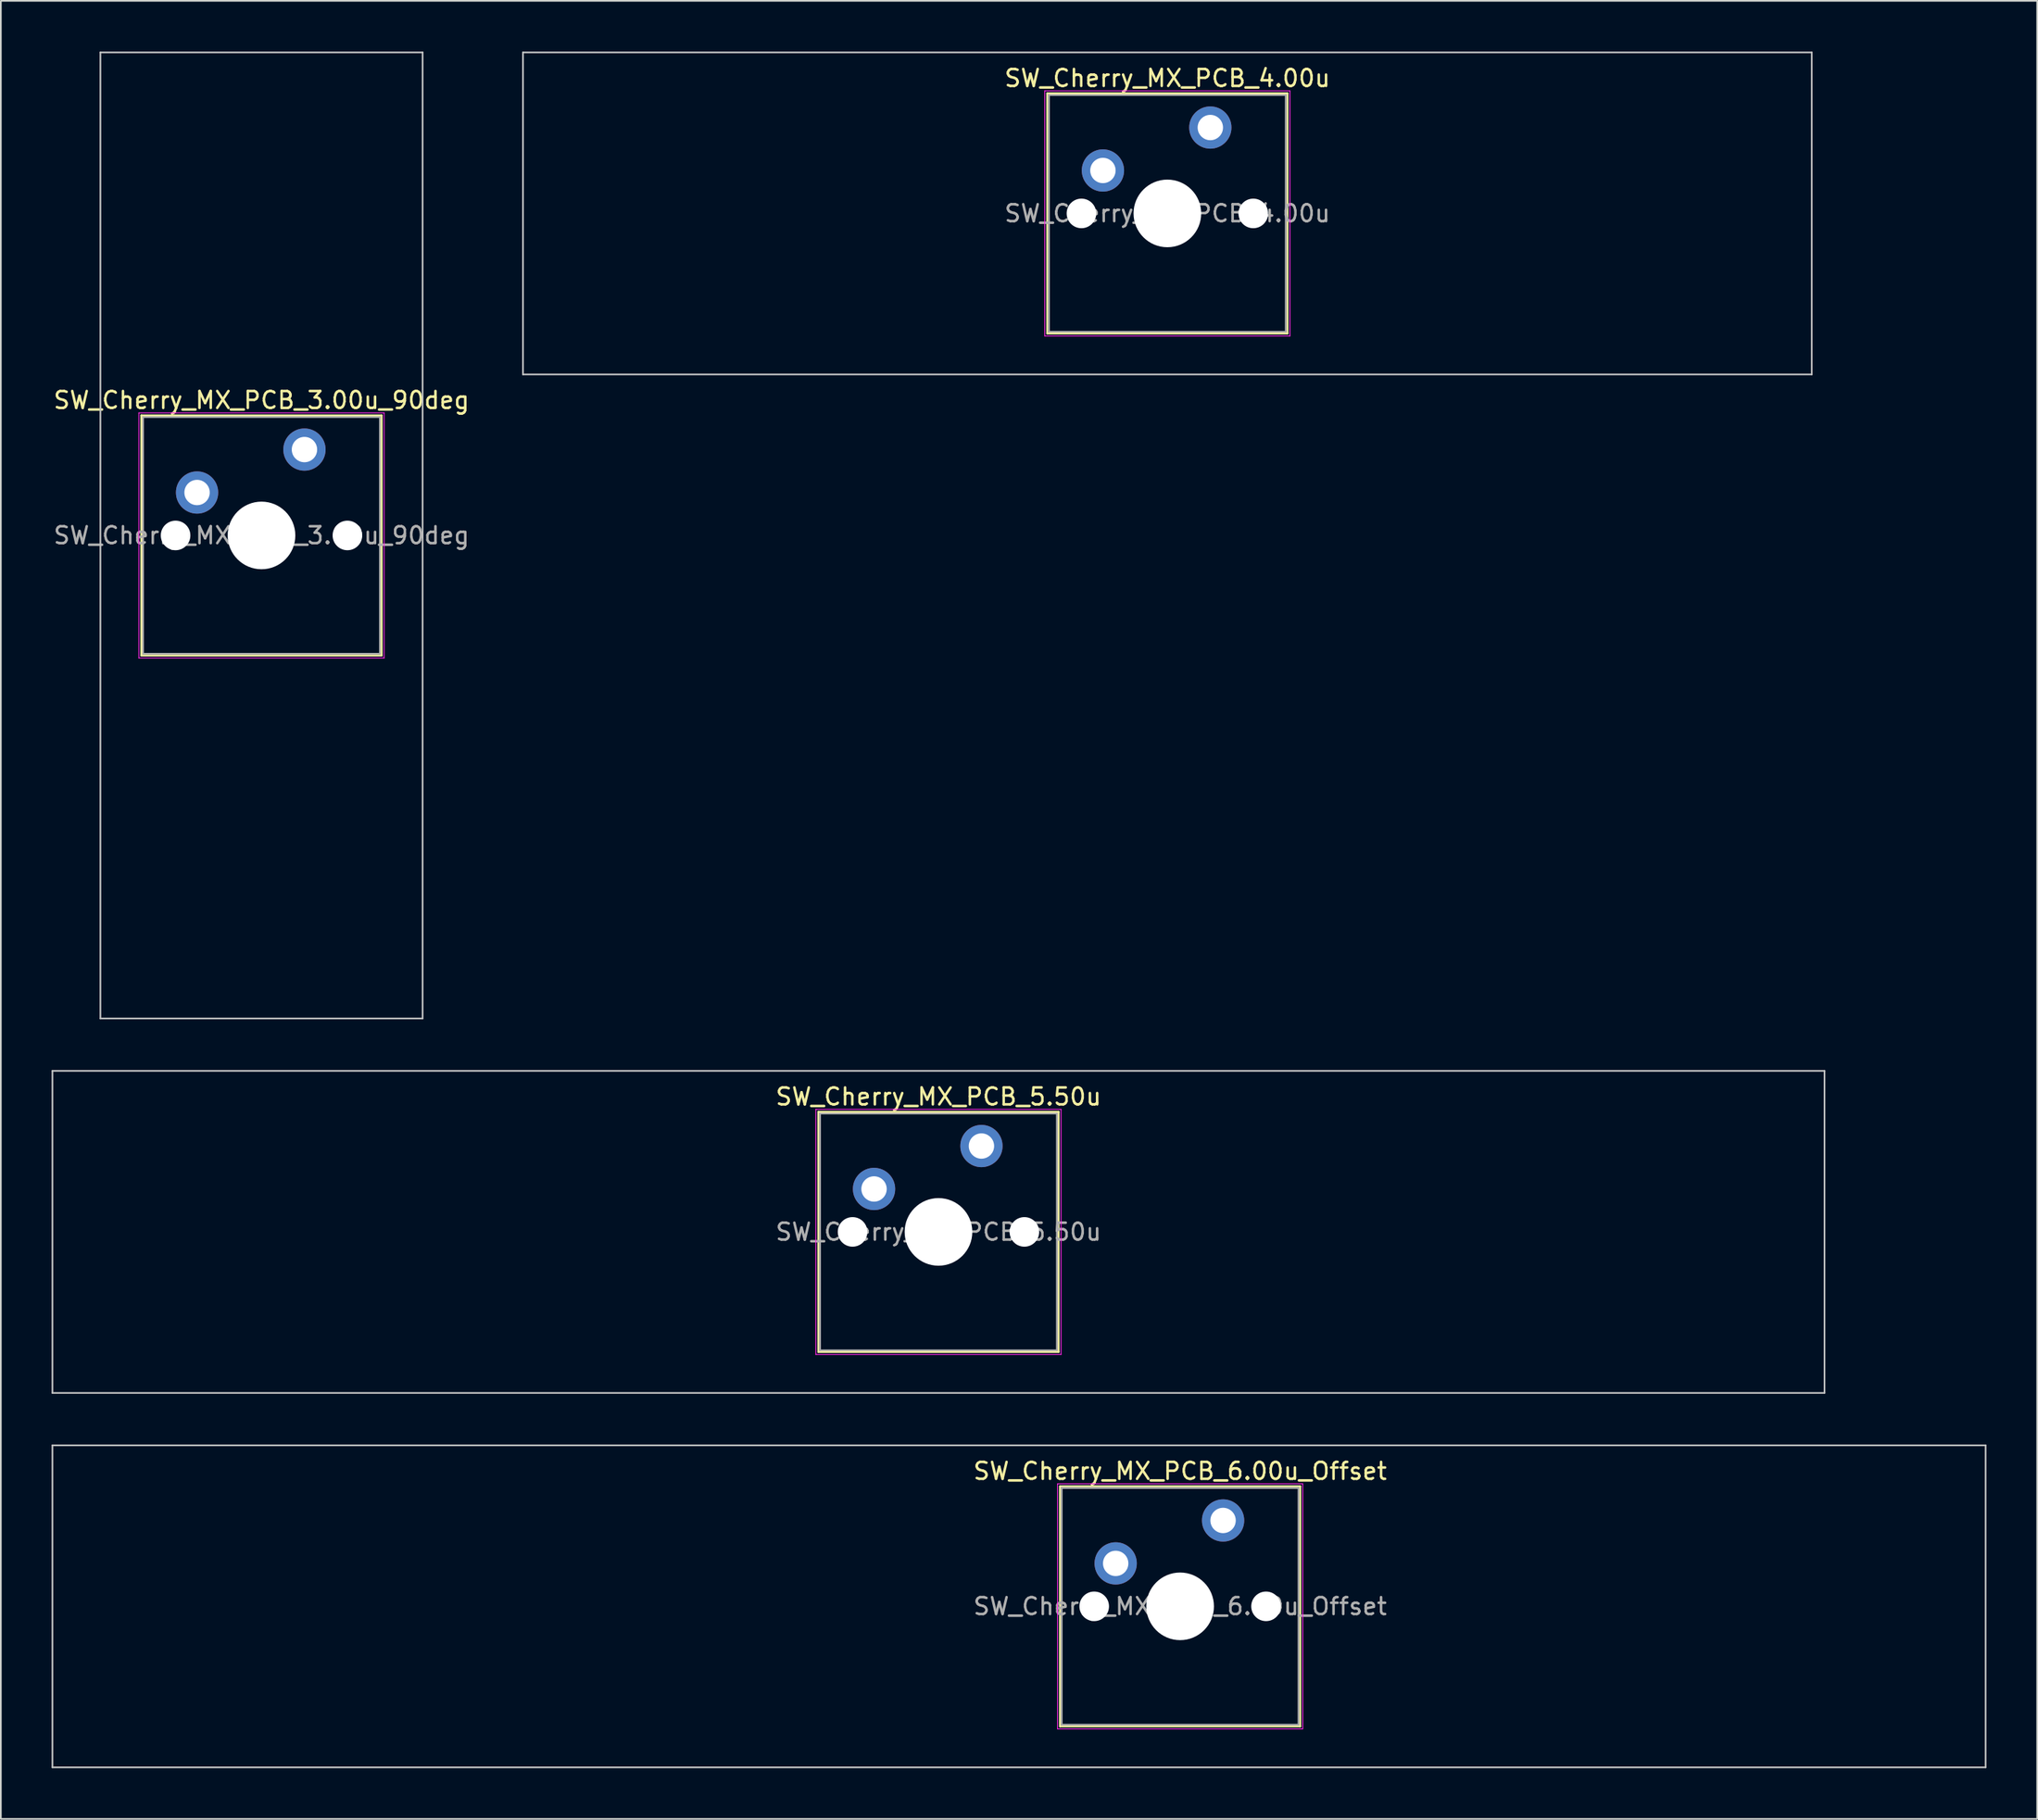
<source format=kicad_pcb>
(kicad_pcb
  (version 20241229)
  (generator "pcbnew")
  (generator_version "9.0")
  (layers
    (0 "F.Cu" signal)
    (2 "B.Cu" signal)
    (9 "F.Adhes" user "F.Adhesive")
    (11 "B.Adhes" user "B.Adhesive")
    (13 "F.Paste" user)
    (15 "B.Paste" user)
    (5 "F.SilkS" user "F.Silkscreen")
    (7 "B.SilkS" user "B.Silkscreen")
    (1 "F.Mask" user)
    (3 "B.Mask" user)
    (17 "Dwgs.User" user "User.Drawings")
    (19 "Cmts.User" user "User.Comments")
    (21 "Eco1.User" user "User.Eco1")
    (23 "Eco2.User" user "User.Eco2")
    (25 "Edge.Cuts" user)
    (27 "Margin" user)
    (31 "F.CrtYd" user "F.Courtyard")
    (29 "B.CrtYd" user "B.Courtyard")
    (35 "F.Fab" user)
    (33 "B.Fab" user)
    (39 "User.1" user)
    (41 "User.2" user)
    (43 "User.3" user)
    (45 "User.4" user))
  (footprint "SW_Cherry_MX_PCB_5.50u"
    (layer "F.Cu")
    (at 52.438 69.825)
    (property "Reference" "SW_Cherry_MX_PCB_5.50u" (at 0 -8 0) (layer "F.SilkS") (effects (font (size 1 1) (thickness 0.15))))
    (attr through_hole)
    (fp_line (start -7.1 -7.1) (end -7.1 7.1) (stroke (width 0.12) (type solid)) (layer "F.SilkS"))
    (fp_line (start -7.1 7.1) (end 7.1 7.1) (stroke (width 0.12) (type solid)) (layer "F.SilkS"))
    (fp_line (start 7.1 -7.1) (end -7.1 -7.1) (stroke (width 0.12) (type solid)) (layer "F.SilkS"))
    (fp_line (start 7.1 7.1) (end 7.1 -7.1) (stroke (width 0.12) (type solid)) (layer "F.SilkS"))
    (fp_line (start -52.388 -9.525) (end -52.388 9.525) (stroke (width 0.1) (type solid)) (layer "Dwgs.User"))
    (fp_line (start -52.388 9.525) (end 52.388 9.525) (stroke (width 0.1) (type solid)) (layer "Dwgs.User"))
    (fp_line (start 52.388 -9.525) (end -52.388 -9.525) (stroke (width 0.1) (type solid)) (layer "Dwgs.User"))
    (fp_line (start 52.388 9.525) (end 52.388 -9.525) (stroke (width 0.1) (type solid)) (layer "Dwgs.User"))
    (fp_line (start -7 -7) (end -7 7) (stroke (width 0.1) (type solid)) (layer "Eco1.User"))
    (fp_line (start -7 7) (end 7 7) (stroke (width 0.1) (type solid)) (layer "Eco1.User"))
    (fp_line (start 7 -7) (end -7 -7) (stroke (width 0.1) (type solid)) (layer "Eco1.User"))
    (fp_line (start 7 7) (end 7 -7) (stroke (width 0.1) (type solid)) (layer "Eco1.User"))
    (fp_line (start -7.25 -7.25) (end -7.25 7.25) (stroke (width 0.05) (type solid)) (layer "F.CrtYd"))
    (fp_line (start -7.25 7.25) (end 7.25 7.25) (stroke (width 0.05) (type solid)) (layer "F.CrtYd"))
    (fp_line (start 7.25 -7.25) (end -7.25 -7.25) (stroke (width 0.05) (type solid)) (layer "F.CrtYd"))
    (fp_line (start 7.25 7.25) (end 7.25 -7.25) (stroke (width 0.05) (type solid)) (layer "F.CrtYd"))
    (fp_line (start -7 -7) (end -7 7) (stroke (width 0.1) (type solid)) (layer "F.Fab"))
    (fp_line (start -7 7) (end 7 7) (stroke (width 0.1) (type solid)) (layer "F.Fab"))
    (fp_line (start 7 -7) (end -7 -7) (stroke (width 0.1) (type solid)) (layer "F.Fab"))
    (fp_line (start 7 7) (end 7 -7) (stroke (width 0.1) (type solid)) (layer "F.Fab"))
    (fp_text user "${REFERENCE}" (at 0 0 0) (layer "F.Fab") (effects (font (size 1 1) (thickness 0.15))))
    (pad "" np_thru_hole circle (at -5.08 0) (size 1.75 1.75) (drill 1.75) (layers "*.Cu" "*.Mask"))
    (pad "" smd circle (at -3.81 -2.54) (size 1.55 1.55) (layers "F.Mask"))
    (pad "" np_thru_hole circle (at 0 0) (size 4 4) (drill 4) (layers "*.Cu" "*.Mask"))
    (pad "" smd circle (at 2.54 -5.08) (size 1.55 1.55) (layers "F.Mask"))
    (pad "" np_thru_hole circle (at 5.08 0) (size 1.75 1.75) (drill 1.75) (layers "*.Cu" "*.Mask"))
    (pad "1" thru_hole circle (at -3.81 -2.54) (size 2.5 2.5) (drill 1.5) (layers "*.Cu" "B.Mask"))
    (pad "2" thru_hole circle (at 2.54 -5.08) (size 2.5 2.5) (drill 1.5) (layers "*.Cu" "B.Mask")))
  (footprint "SW_Cherry_MX_PCB_3.00u_90deg"
    (layer "F.Cu")
    (at 12.411 28.625)
    (property "Reference" "SW_Cherry_MX_PCB_3.00u_90deg" (at 0 -8 0) (layer "F.SilkS") (effects (font (size 1 1) (thickness 0.15))))
    (attr through_hole)
    (fp_line (start -7.1 -7.1) (end -7.1 7.1) (stroke (width 0.12) (type solid)) (layer "F.SilkS"))
    (fp_line (start -7.1 7.1) (end 7.1 7.1) (stroke (width 0.12) (type solid)) (layer "F.SilkS"))
    (fp_line (start 7.1 -7.1) (end -7.1 -7.1) (stroke (width 0.12) (type solid)) (layer "F.SilkS"))
    (fp_line (start 7.1 7.1) (end 7.1 -7.1) (stroke (width 0.12) (type solid)) (layer "F.SilkS"))
    (fp_line (start -9.525 -28.575) (end 9.525 -28.575) (stroke (width 0.1) (type solid)) (layer "Dwgs.User"))
    (fp_line (start -9.525 28.575) (end -9.525 -28.575) (stroke (width 0.1) (type solid)) (layer "Dwgs.User"))
    (fp_line (start 9.525 -28.575) (end 9.525 28.575) (stroke (width 0.1) (type solid)) (layer "Dwgs.User"))
    (fp_line (start 9.525 28.575) (end -9.525 28.575) (stroke (width 0.1) (type solid)) (layer "Dwgs.User"))
    (fp_line (start -7 -7) (end -7 7) (stroke (width 0.1) (type solid)) (layer "Eco1.User"))
    (fp_line (start -7 7) (end 7 7) (stroke (width 0.1) (type solid)) (layer "Eco1.User"))
    (fp_line (start 7 -7) (end -7 -7) (stroke (width 0.1) (type solid)) (layer "Eco1.User"))
    (fp_line (start 7 7) (end 7 -7) (stroke (width 0.1) (type solid)) (layer "Eco1.User"))
    (fp_line (start -7.25 -7.25) (end -7.25 7.25) (stroke (width 0.05) (type solid)) (layer "F.CrtYd"))
    (fp_line (start -7.25 7.25) (end 7.25 7.25) (stroke (width 0.05) (type solid)) (layer "F.CrtYd"))
    (fp_line (start 7.25 -7.25) (end -7.25 -7.25) (stroke (width 0.05) (type solid)) (layer "F.CrtYd"))
    (fp_line (start 7.25 7.25) (end 7.25 -7.25) (stroke (width 0.05) (type solid)) (layer "F.CrtYd"))
    (fp_line (start -7 -7) (end -7 7) (stroke (width 0.1) (type solid)) (layer "F.Fab"))
    (fp_line (start -7 7) (end 7 7) (stroke (width 0.1) (type solid)) (layer "F.Fab"))
    (fp_line (start 7 -7) (end -7 -7) (stroke (width 0.1) (type solid)) (layer "F.Fab"))
    (fp_line (start 7 7) (end 7 -7) (stroke (width 0.1) (type solid)) (layer "F.Fab"))
    (fp_text user "${REFERENCE}" (at 0 0 0) (layer "F.Fab") (effects (font (size 1 1) (thickness 0.15))))
    (pad "" np_thru_hole circle (at -5.08 0) (size 1.75 1.75) (drill 1.75) (layers "*.Cu" "*.Mask"))
    (pad "" smd circle (at -3.81 -2.54) (size 1.55 1.55) (layers "F.Mask"))
    (pad "" np_thru_hole circle (at 0 0) (size 4 4) (drill 4) (layers "*.Cu" "*.Mask"))
    (pad "" smd circle (at 2.54 -5.08) (size 1.55 1.55) (layers "F.Mask"))
    (pad "" np_thru_hole circle (at 5.08 0) (size 1.75 1.75) (drill 1.75) (layers "*.Cu" "*.Mask"))
    (pad "1" thru_hole circle (at -3.81 -2.54) (size 2.5 2.5) (drill 1.5) (layers "*.Cu" "B.Mask"))
    (pad "2" thru_hole circle (at 2.54 -5.08) (size 2.5 2.5) (drill 1.5) (layers "*.Cu" "B.Mask")))
  (footprint "SW_Cherry_MX_PCB_4.00u"
    (layer "F.Cu")
    (at 65.971 9.575)
    (property "Reference" "SW_Cherry_MX_PCB_4.00u" (at 0 -8 0) (layer "F.SilkS") (effects (font (size 1 1) (thickness 0.15))))
    (attr through_hole)
    (fp_line (start -7.1 -7.1) (end -7.1 7.1) (stroke (width 0.12) (type solid)) (layer "F.SilkS"))
    (fp_line (start -7.1 7.1) (end 7.1 7.1) (stroke (width 0.12) (type solid)) (layer "F.SilkS"))
    (fp_line (start 7.1 -7.1) (end -7.1 -7.1) (stroke (width 0.12) (type solid)) (layer "F.SilkS"))
    (fp_line (start 7.1 7.1) (end 7.1 -7.1) (stroke (width 0.12) (type solid)) (layer "F.SilkS"))
    (fp_line (start -38.1 -9.525) (end -38.1 9.525) (stroke (width 0.1) (type solid)) (layer "Dwgs.User"))
    (fp_line (start -38.1 9.525) (end 38.1 9.525) (stroke (width 0.1) (type solid)) (layer "Dwgs.User"))
    (fp_line (start 38.1 -9.525) (end -38.1 -9.525) (stroke (width 0.1) (type solid)) (layer "Dwgs.User"))
    (fp_line (start 38.1 9.525) (end 38.1 -9.525) (stroke (width 0.1) (type solid)) (layer "Dwgs.User"))
    (fp_line (start -7 -7) (end -7 7) (stroke (width 0.1) (type solid)) (layer "Eco1.User"))
    (fp_line (start -7 7) (end 7 7) (stroke (width 0.1) (type solid)) (layer "Eco1.User"))
    (fp_line (start 7 -7) (end -7 -7) (stroke (width 0.1) (type solid)) (layer "Eco1.User"))
    (fp_line (start 7 7) (end 7 -7) (stroke (width 0.1) (type solid)) (layer "Eco1.User"))
    (fp_line (start -7.25 -7.25) (end -7.25 7.25) (stroke (width 0.05) (type solid)) (layer "F.CrtYd"))
    (fp_line (start -7.25 7.25) (end 7.25 7.25) (stroke (width 0.05) (type solid)) (layer "F.CrtYd"))
    (fp_line (start 7.25 -7.25) (end -7.25 -7.25) (stroke (width 0.05) (type solid)) (layer "F.CrtYd"))
    (fp_line (start 7.25 7.25) (end 7.25 -7.25) (stroke (width 0.05) (type solid)) (layer "F.CrtYd"))
    (fp_line (start -7 -7) (end -7 7) (stroke (width 0.1) (type solid)) (layer "F.Fab"))
    (fp_line (start -7 7) (end 7 7) (stroke (width 0.1) (type solid)) (layer "F.Fab"))
    (fp_line (start 7 -7) (end -7 -7) (stroke (width 0.1) (type solid)) (layer "F.Fab"))
    (fp_line (start 7 7) (end 7 -7) (stroke (width 0.1) (type solid)) (layer "F.Fab"))
    (fp_text user "${REFERENCE}" (at 0 0 0) (layer "F.Fab") (effects (font (size 1 1) (thickness 0.15))))
    (pad "" np_thru_hole circle (at -5.08 0) (size 1.75 1.75) (drill 1.75) (layers "*.Cu" "*.Mask"))
    (pad "" smd circle (at -3.81 -2.54) (size 1.55 1.55) (layers "F.Mask"))
    (pad "" np_thru_hole circle (at 0 0) (size 4 4) (drill 4) (layers "*.Cu" "*.Mask"))
    (pad "" smd circle (at 2.54 -5.08) (size 1.55 1.55) (layers "F.Mask"))
    (pad "" np_thru_hole circle (at 5.08 0) (size 1.75 1.75) (drill 1.75) (layers "*.Cu" "*.Mask"))
    (pad "1" thru_hole circle (at -3.81 -2.54) (size 2.5 2.5) (drill 1.5) (layers "*.Cu" "B.Mask"))
    (pad "2" thru_hole circle (at 2.54 -5.08) (size 2.5 2.5) (drill 1.5) (layers "*.Cu" "B.Mask")))
  (footprint "SW_Cherry_MX_PCB_6.00u_Offset"
    (layer "F.Cu")
    (at 66.725 91.975)
    (property "Reference" "SW_Cherry_MX_PCB_6.00u_Offset" (at 0 -8 0) (layer "F.SilkS") (effects (font (size 1 1) (thickness 0.15))))
    (attr through_hole)
    (fp_line (start -7.1 -7.1) (end -7.1 7.1) (stroke (width 0.12) (type solid)) (layer "F.SilkS"))
    (fp_line (start -7.1 7.1) (end 7.1 7.1) (stroke (width 0.12) (type solid)) (layer "F.SilkS"))
    (fp_line (start 7.1 -7.1) (end -7.1 -7.1) (stroke (width 0.12) (type solid)) (layer "F.SilkS"))
    (fp_line (start 7.1 7.1) (end 7.1 -7.1) (stroke (width 0.12) (type solid)) (layer "F.SilkS"))
    (fp_line (start -66.675 -9.525) (end -66.675 9.525) (stroke (width 0.1) (type solid)) (layer "Dwgs.User"))
    (fp_line (start -66.675 9.525) (end 47.625 9.525) (stroke (width 0.1) (type solid)) (layer "Dwgs.User"))
    (fp_line (start 47.625 -9.525) (end -66.675 -9.525) (stroke (width 0.1) (type solid)) (layer "Dwgs.User"))
    (fp_line (start 47.625 9.525) (end 47.625 -9.525) (stroke (width 0.1) (type solid)) (layer "Dwgs.User"))
    (fp_line (start -7 -7) (end -7 7) (stroke (width 0.1) (type solid)) (layer "Eco1.User"))
    (fp_line (start -7 7) (end 7 7) (stroke (width 0.1) (type solid)) (layer "Eco1.User"))
    (fp_line (start 7 -7) (end -7 -7) (stroke (width 0.1) (type solid)) (layer "Eco1.User"))
    (fp_line (start 7 7) (end 7 -7) (stroke (width 0.1) (type solid)) (layer "Eco1.User"))
    (fp_line (start -7.25 -7.25) (end -7.25 7.25) (stroke (width 0.05) (type solid)) (layer "F.CrtYd"))
    (fp_line (start -7.25 7.25) (end 7.25 7.25) (stroke (width 0.05) (type solid)) (layer "F.CrtYd"))
    (fp_line (start 7.25 -7.25) (end -7.25 -7.25) (stroke (width 0.05) (type solid)) (layer "F.CrtYd"))
    (fp_line (start 7.25 7.25) (end 7.25 -7.25) (stroke (width 0.05) (type solid)) (layer "F.CrtYd"))
    (fp_line (start -7 -7) (end -7 7) (stroke (width 0.1) (type solid)) (layer "F.Fab"))
    (fp_line (start -7 7) (end 7 7) (stroke (width 0.1) (type solid)) (layer "F.Fab"))
    (fp_line (start 7 -7) (end -7 -7) (stroke (width 0.1) (type solid)) (layer "F.Fab"))
    (fp_line (start 7 7) (end 7 -7) (stroke (width 0.1) (type solid)) (layer "F.Fab"))
    (fp_text user "${REFERENCE}" (at 0 0 0) (layer "F.Fab") (effects (font (size 1 1) (thickness 0.15))))
    (pad "" np_thru_hole circle (at -5.08 0) (size 1.75 1.75) (drill 1.75) (layers "*.Cu" "*.Mask"))
    (pad "" smd circle (at -3.81 -2.54) (size 1.55 1.55) (layers "F.Mask"))
    (pad "" np_thru_hole circle (at 0 0) (size 4 4) (drill 4) (layers "*.Cu" "*.Mask"))
    (pad "" smd circle (at 2.54 -5.08) (size 1.55 1.55) (layers "F.Mask"))
    (pad "" np_thru_hole circle (at 5.08 0) (size 1.75 1.75) (drill 1.75) (layers "*.Cu" "*.Mask"))
    (pad "1" thru_hole circle (at -3.81 -2.54) (size 2.5 2.5) (drill 1.5) (layers "*.Cu" "B.Mask"))
    (pad "2" thru_hole circle (at 2.54 -5.08) (size 2.5 2.5) (drill 1.5) (layers "*.Cu" "B.Mask")))
  (gr_rect
    (start -3 -3)
    (end 117.4 104.55)
    (stroke (width 0.1) (type default))
    (fill no)
    (layer "Edge.Cuts")))
</source>
